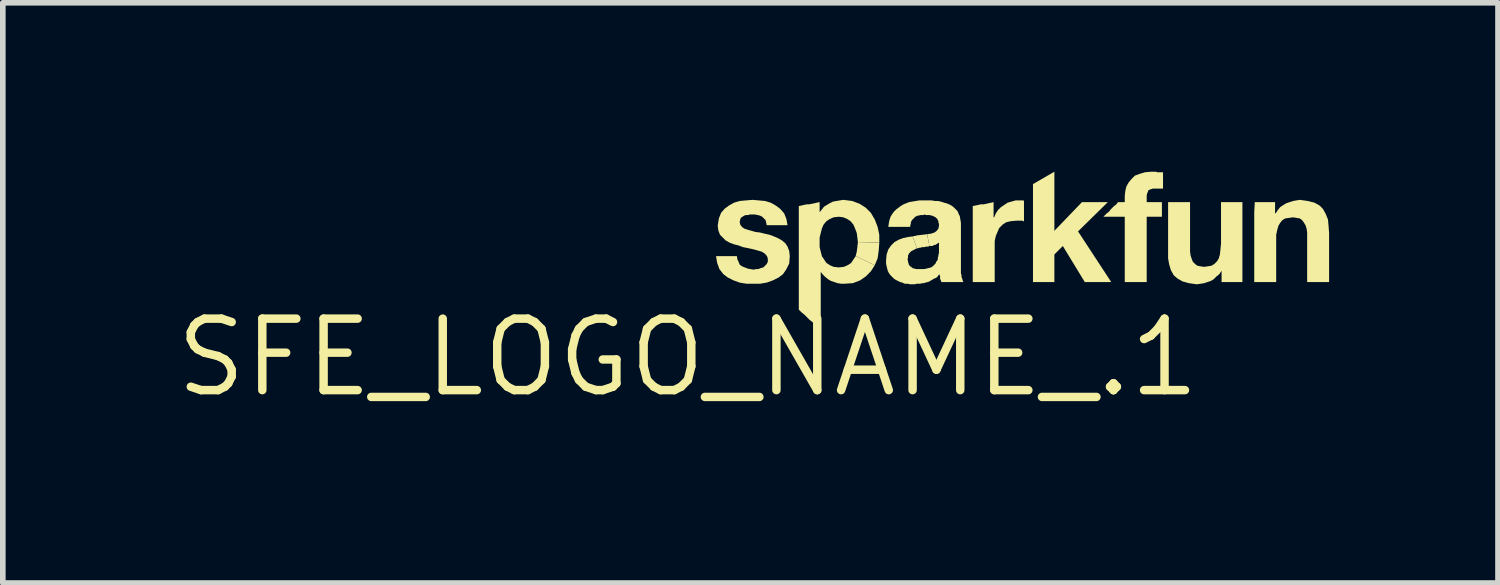
<source format=kicad_pcb>
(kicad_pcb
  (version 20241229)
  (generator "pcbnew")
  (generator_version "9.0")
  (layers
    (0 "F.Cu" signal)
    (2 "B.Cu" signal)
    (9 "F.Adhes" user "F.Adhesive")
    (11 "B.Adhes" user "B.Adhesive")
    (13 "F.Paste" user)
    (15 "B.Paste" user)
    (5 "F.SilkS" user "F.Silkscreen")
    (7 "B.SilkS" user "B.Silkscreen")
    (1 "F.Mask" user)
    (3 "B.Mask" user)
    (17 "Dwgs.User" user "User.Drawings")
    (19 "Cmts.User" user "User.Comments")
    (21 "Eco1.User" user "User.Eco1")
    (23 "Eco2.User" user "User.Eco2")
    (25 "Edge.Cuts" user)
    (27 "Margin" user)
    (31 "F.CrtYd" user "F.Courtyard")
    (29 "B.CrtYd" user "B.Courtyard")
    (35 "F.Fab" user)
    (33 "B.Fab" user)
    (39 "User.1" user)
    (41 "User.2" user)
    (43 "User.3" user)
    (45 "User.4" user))
  (footprint "SFE_LOGO_NAME_.1"
    (layer "F.Cu")
    (at 9.169 3.3)
    (property "Reference" "SFE_LOGO_NAME_.1" (at 0 0 0) (layer "F.SilkS") (effects (font (size 1.27 1.27) (thickness 0.15))))
    (attr through_hole)
    (fp_poly (pts (xy 2.98 -1.8) (xy 3 -1.88) (xy 3.01 -1.96) (xy 3.02 -2.05) (xy 3.4 -2.04) (xy 3.39 -1.9) (xy 3.37 -1.76) (xy 3.32 -1.64)) (stroke (width 0) (type solid)) (fill yes) (layer "F.SilkS"))
    (fp_poly (pts (xy 6.13 -3.08) (xy 6.51 -3.3) (xy 6.51 -2.25) (xy 7 -2.76) (xy 7.46 -2.76) (xy 6.93 -2.24) (xy 7.52 -1.34) (xy 7.05 -1.34) (xy 6.66 -1.98) (xy 6.51 -1.83) (xy 6.51 -1.34) (xy 6.13 -1.34)) (stroke (width 0) (type solid)) (fill yes) (layer "F.SilkS"))
    (fp_poly (pts (xy 3.99 -2.15) (xy 4.08 -2.17) (xy 4.17 -2.18) (xy 4.25 -2.19) (xy 4.29 -1.98) (xy 4.27 -1.97) (xy 4.25 -1.97) (xy 4.23 -1.97) (xy 4.2 -1.96) (xy 4.18 -1.96) (xy 4.16 -1.96) (xy 4.13 -1.95) (xy 4.11 -1.95) (xy 4.09 -1.94) (xy 4.07 -1.94)) (stroke (width 0) (type solid)) (fill yes) (layer "F.SilkS"))
    (fp_poly (pts (xy 5.06 -2.69) (xy 5.11 -2.7) (xy 5.16 -2.71) (xy 5.2 -2.72) (xy 5.25 -2.72) (xy 5.3 -2.73) (xy 5.34 -2.74) (xy 5.39 -2.75) (xy 5.43 -2.76) (xy 5.43 -2.72) (xy 5.43 -2.69) (xy 5.43 -2.66) (xy 5.43 -2.63) (xy 5.43 -2.59) (xy 5.43 -2.56) (xy 5.43 -2.53) (xy 5.43 -2.49) (xy 5.44 -2.49) (xy 5.47 -2.56) (xy 5.51 -2.62) (xy 5.56 -2.67) (xy 5.62 -2.71) (xy 5.68 -2.75) (xy 5.75 -2.77) (xy 5.82 -2.79) (xy 5.89 -2.79) (xy 5.9 -2.79) (xy 5.91 -2.79) (xy 5.92 -2.79) (xy 5.93 -2.79) (xy 5.94 -2.79) (xy 5.95 -2.79) (xy 5.96 -2.79) (xy 5.97 -2.78) (xy 5.97 -2.74) (xy 5.97 -2.69) (xy 5.97 -2.65) (xy 5.97 -2.6) (xy 5.97 -2.56) (xy 5.97 -2.51) (xy 5.97 -2.47) (xy 5.97 -2.42) (xy 5.96 -2.42) (xy 5.94 -2.43) (xy 5.93 -2.43) (xy 5.91 -2.43) (xy 5.89 -2.43) (xy 5.87 -2.43) (xy 5.85 -2.43) (xy 5.83 -2.43) (xy 5.73 -2.42) (xy 5.65 -2.4) (xy 5.59 -2.36) (xy 5.53 -2.3) (xy 5.5 -2.23) (xy 5.47 -2.16) (xy 5.45 -2.07) (xy 5.45 -1.98) (xy 5.45 -1.9) (xy 5.45 -1.82) (xy 5.45 -1.74) (xy 5.45 -1.66) (xy 5.45 -1.58) (xy 5.45 -1.5) (xy 5.45 -1.42) (xy 5.45 -1.34) (xy 5.4 -1.34) (xy 5.35 -1.34) (xy 5.3 -1.34) (xy 5.26 -1.34) (xy 5.21 -1.34) (xy 5.16 -1.34) (xy 5.11 -1.34) (xy 5.06 -1.34) (xy 5.06 -1.51) (xy 5.06 -1.68) (xy 5.06 -1.85) (xy 5.06 -2.02) (xy 5.06 -2.19) (xy 5.06 -2.35) (xy 5.06 -2.52)) (stroke (width 0) (type solid)) (fill yes) (layer "F.SilkS"))
    (fp_poly (pts (xy 9.85 -1.34) (xy 9.8 -1.34) (xy 9.76 -1.34) (xy 9.71 -1.34) (xy 9.67 -1.34) (xy 9.62 -1.34) (xy 9.57 -1.34) (xy 9.53 -1.34) (xy 9.48 -1.34) (xy 9.48 -1.37) (xy 9.48 -1.39) (xy 9.48 -1.42) (xy 9.48 -1.44) (xy 9.48 -1.47) (xy 9.48 -1.49) (xy 9.48 -1.52) (xy 9.48 -1.54) (xy 9.44 -1.48) (xy 9.39 -1.44) (xy 9.34 -1.39) (xy 9.29 -1.36) (xy 9.23 -1.34) (xy 9.17 -1.32) (xy 9.11 -1.31) (xy 9.04 -1.3) (xy 8.9 -1.32) (xy 8.79 -1.35) (xy 8.7 -1.4) (xy 8.63 -1.46) (xy 8.58 -1.55) (xy 8.55 -1.65) (xy 8.53 -1.76) (xy 8.53 -1.89) (xy 8.53 -2) (xy 8.53 -2.1) (xy 8.53 -2.21) (xy 8.53 -2.32) (xy 8.53 -2.43) (xy 8.53 -2.54) (xy 8.53 -2.65) (xy 8.53 -2.76) (xy 8.58 -2.76) (xy 8.63 -2.76) (xy 8.67 -2.76) (xy 8.72 -2.76) (xy 8.77 -2.76) (xy 8.82 -2.76) (xy 8.87 -2.76) (xy 8.92 -2.76) (xy 8.92 -2.66) (xy 8.92 -2.56) (xy 8.92 -2.46) (xy 8.92 -2.36) (xy 8.92 -2.26) (xy 8.92 -2.16) (xy 8.92 -2.06) (xy 8.92 -1.96) (xy 8.92 -1.88) (xy 8.93 -1.81) (xy 8.95 -1.75) (xy 8.97 -1.7) (xy 9.01 -1.66) (xy 9.05 -1.63) (xy 9.1 -1.62) (xy 9.17 -1.61) (xy 9.24 -1.62) (xy 9.3 -1.63) (xy 9.35 -1.66) (xy 9.4 -1.71) (xy 9.43 -1.76) (xy 9.45 -1.83) (xy 9.46 -1.92) (xy 9.47 -2.02) (xy 9.47 -2.11) (xy 9.47 -2.2) (xy 9.47 -2.29) (xy 9.47 -2.39) (xy 9.47 -2.48) (xy 9.47 -2.57) (xy 9.47 -2.66) (xy 9.47 -2.76) (xy 9.52 -2.76) (xy 9.56 -2.76) (xy 9.61 -2.76) (xy 9.66 -2.76) (xy 9.71 -2.76) (xy 9.76 -2.76) (xy 9.81 -2.76) (xy 9.85 -2.76) (xy 9.85 -2.58) (xy 9.85 -2.4) (xy 9.85 -2.23) (xy 9.85 -2.05) (xy 9.85 -1.87) (xy 9.85 -1.7) (xy 9.85 -1.52)) (stroke (width 0) (type solid)) (fill yes) (layer "F.SilkS"))
    (fp_poly (pts (xy 10.07 -2.76) (xy 10.11 -2.76) (xy 10.16 -2.76) (xy 10.2 -2.76) (xy 10.25 -2.76) (xy 10.3 -2.76) (xy 10.34 -2.76) (xy 10.39 -2.76) (xy 10.43 -2.76) (xy 10.43 -2.73) (xy 10.43 -2.71) (xy 10.43 -2.68) (xy 10.43 -2.66) (xy 10.43 -2.63) (xy 10.43 -2.61) (xy 10.43 -2.59) (xy 10.43 -2.56) (xy 10.44 -2.56) (xy 10.48 -2.62) (xy 10.52 -2.67) (xy 10.58 -2.71) (xy 10.63 -2.74) (xy 10.69 -2.76) (xy 10.75 -2.78) (xy 10.81 -2.79) (xy 10.87 -2.8) (xy 11.01 -2.78) (xy 11.13 -2.75) (xy 11.22 -2.7) (xy 11.28 -2.64) (xy 11.33 -2.55) (xy 11.37 -2.45) (xy 11.38 -2.34) (xy 11.39 -2.21) (xy 11.39 -2.1) (xy 11.39 -2) (xy 11.39 -1.89) (xy 11.39 -1.78) (xy 11.39 -1.67) (xy 11.39 -1.56) (xy 11.39 -1.45) (xy 11.39 -1.34) (xy 11.34 -1.34) (xy 11.29 -1.34) (xy 11.24 -1.34) (xy 11.19 -1.34) (xy 11.15 -1.34) (xy 11.1 -1.34) (xy 11.05 -1.34) (xy 11 -1.34) (xy 11 -1.44) (xy 11 -1.54) (xy 11 -1.64) (xy 11 -1.74) (xy 11 -1.84) (xy 11 -1.94) (xy 11 -2.04) (xy 11 -2.14) (xy 11 -2.22) (xy 10.99 -2.29) (xy 10.97 -2.35) (xy 10.94 -2.4) (xy 10.91 -2.44) (xy 10.87 -2.47) (xy 10.81 -2.48) (xy 10.75 -2.49) (xy 10.68 -2.48) (xy 10.61 -2.47) (xy 10.56 -2.44) (xy 10.52 -2.39) (xy 10.49 -2.34) (xy 10.47 -2.27) (xy 10.45 -2.18) (xy 10.45 -2.08) (xy 10.45 -1.99) (xy 10.45 -1.9) (xy 10.45 -1.81) (xy 10.45 -1.71) (xy 10.45 -1.62) (xy 10.45 -1.53) (xy 10.45 -1.44) (xy 10.45 -1.34) (xy 10.4 -1.34) (xy 10.35 -1.34) (xy 10.3 -1.34) (xy 10.26 -1.34) (xy 10.21 -1.34) (xy 10.16 -1.34) (xy 10.11 -1.34) (xy 10.06 -1.34) (xy 10.06 -1.52) (xy 10.06 -1.7) (xy 10.06 -1.87) (xy 10.06 -2.05) (xy 10.06 -2.23) (xy 10.06 -2.4) (xy 10.06 -2.58)) (stroke (width 0) (type solid)) (fill yes) (layer "F.SilkS"))
    (fp_poly (pts (xy 3.32 -1.64) (xy 3.25 -1.53) (xy 3.16 -1.44) (xy 3.06 -1.37) (xy 2.93 -1.32) (xy 2.78 -1.31) (xy 2.72 -1.31) (xy 2.66 -1.32) (xy 2.6 -1.34) (xy 2.54 -1.36) (xy 2.49 -1.39) (xy 2.44 -1.43) (xy 2.4 -1.47) (xy 2.36 -1.52) (xy 2.36 -1.39) (xy 2.36 -1.26) (xy 2.36 -1.14) (xy 2.36 -1.01) (xy 2.36 -0.88) (xy 2.36 -0.75) (xy 2.36 -0.63) (xy 2.36 -0.5) (xy 2.31 -0.54) (xy 2.26 -0.59) (xy 2.21 -0.63) (xy 2.16 -0.67) (xy 2.11 -0.72) (xy 2.07 -0.76) (xy 2.02 -0.8) (xy 1.97 -0.85) (xy 1.97 -1.08) (xy 1.97 -1.31) (xy 1.97 -1.54) (xy 1.97 -1.77) (xy 1.97 -2) (xy 1.97 -2.23) (xy 1.97 -2.46) (xy 1.97 -2.69) (xy 2.02 -2.7) (xy 2.06 -2.71) (xy 2.11 -2.72) (xy 2.15 -2.72) (xy 2.2 -2.73) (xy 2.25 -2.74) (xy 2.29 -2.75) (xy 2.34 -2.76) (xy 2.34 -2.73) (xy 2.34 -2.71) (xy 2.34 -2.69) (xy 2.34 -2.67) (xy 2.34 -2.64) (xy 2.34 -2.62) (xy 2.34 -2.6) (xy 2.34 -2.58) (xy 2.38 -2.63) (xy 2.42 -2.68) (xy 2.47 -2.71) (xy 2.52 -2.74) (xy 2.58 -2.77) (xy 2.64 -2.78) (xy 2.7 -2.79) (xy 2.76 -2.8) (xy 2.92 -2.78) (xy 3.05 -2.73) (xy 3.16 -2.66) (xy 3.25 -2.57) (xy 3.32 -2.45) (xy 3.37 -2.32) (xy 3.4 -2.18) (xy 3.4 -2.04) (xy 3.02 -2.05) (xy 3.01 -2.13) (xy 3 -2.21) (xy 2.97 -2.29) (xy 2.94 -2.36) (xy 2.89 -2.42) (xy 2.83 -2.46) (xy 2.76 -2.49) (xy 2.68 -2.5) (xy 2.59 -2.49) (xy 2.52 -2.46) (xy 2.46 -2.42) (xy 2.41 -2.36) (xy 2.38 -2.29) (xy 2.36 -2.21) (xy 2.34 -2.13) (xy 2.34 -2.05) (xy 2.34 -1.96) (xy 2.36 -1.88) (xy 2.38 -1.8) (xy 2.42 -1.74) (xy 2.46 -1.68) (xy 2.52 -1.64) (xy 2.59 -1.61) (xy 2.68 -1.6) (xy 2.77 -1.61) (xy 2.84 -1.64) (xy 2.9 -1.68) (xy 2.94 -1.74) (xy 2.98 -1.8)) (stroke (width 0) (type solid)) (fill yes) (layer "F.SilkS"))
    (fp_poly (pts (xy 0.87 -1.8) (xy 0.88 -1.74) (xy 0.9 -1.7) (xy 0.92 -1.65) (xy 0.96 -1.62) (xy 1.01 -1.6) (xy 1.06 -1.58) (xy 1.11 -1.57) (xy 1.17 -1.56) (xy 1.21 -1.57) (xy 1.25 -1.57) (xy 1.3 -1.59) (xy 1.34 -1.6) (xy 1.37 -1.63) (xy 1.4 -1.66) (xy 1.42 -1.7) (xy 1.42 -1.75) (xy 1.41 -1.79) (xy 1.39 -1.82) (xy 1.36 -1.85) (xy 1.31 -1.88) (xy 1.24 -1.9) (xy 1.17 -1.92) (xy 1.08 -1.94) (xy 0.98 -1.96) (xy 0.9 -1.99) (xy 0.82 -2.01) (xy 0.74 -2.04) (xy 0.67 -2.08) (xy 0.62 -2.13) (xy 0.57 -2.18) (xy 0.54 -2.26) (xy 0.53 -2.34) (xy 0.55 -2.47) (xy 0.59 -2.57) (xy 0.65 -2.64) (xy 0.73 -2.7) (xy 0.82 -2.75) (xy 0.92 -2.78) (xy 1.03 -2.79) (xy 1.15 -2.8) (xy 1.26 -2.79) (xy 1.37 -2.78) (xy 1.47 -2.75) (xy 1.56 -2.7) (xy 1.64 -2.64) (xy 1.71 -2.56) (xy 1.75 -2.46) (xy 1.77 -2.35) (xy 1.73 -2.35) (xy 1.68 -2.35) (xy 1.63 -2.35) (xy 1.59 -2.35) (xy 1.54 -2.35) (xy 1.5 -2.35) (xy 1.45 -2.35) (xy 1.4 -2.35) (xy 1.39 -2.4) (xy 1.38 -2.44) (xy 1.35 -2.47) (xy 1.32 -2.5) (xy 1.28 -2.52) (xy 1.24 -2.53) (xy 1.19 -2.54) (xy 1.14 -2.54) (xy 1.1 -2.54) (xy 1.07 -2.53) (xy 1.03 -2.53) (xy 1 -2.52) (xy 0.97 -2.5) (xy 0.94 -2.48) (xy 0.93 -2.45) (xy 0.92 -2.41) (xy 0.93 -2.36) (xy 0.96 -2.32) (xy 1 -2.29) (xy 1.06 -2.27) (xy 1.13 -2.25) (xy 1.2 -2.23) (xy 1.28 -2.22) (xy 1.36 -2.2) (xy 1.45 -2.18) (xy 1.53 -2.15) (xy 1.6 -2.12) (xy 1.67 -2.08) (xy 1.73 -2.03) (xy 1.77 -1.97) (xy 1.8 -1.89) (xy 1.81 -1.8) (xy 1.8 -1.67) (xy 1.75 -1.57) (xy 1.69 -1.48) (xy 1.61 -1.42) (xy 1.51 -1.37) (xy 1.4 -1.33) (xy 1.28 -1.31) (xy 1.16 -1.31) (xy 1.04 -1.31) (xy 0.92 -1.33) (xy 0.81 -1.37) (xy 0.71 -1.42) (xy 0.63 -1.48) (xy 0.56 -1.57) (xy 0.52 -1.68) (xy 0.5 -1.8) (xy 0.55 -1.8) (xy 0.59 -1.8) (xy 0.64 -1.8) (xy 0.68 -1.8) (xy 0.73 -1.8) (xy 0.78 -1.8) (xy 0.82 -1.8)) (stroke (width 0) (type solid)) (fill yes) (layer "F.SilkS"))
    (fp_poly (pts (xy 7.76 -2.5) (xy 7.71 -2.5) (xy 7.66 -2.5) (xy 7.62 -2.5) (xy 7.57 -2.5) (xy 7.52 -2.5) (xy 7.47 -2.5) (xy 7.42 -2.5) (xy 7.38 -2.5) (xy 7.41 -2.53) (xy 7.44 -2.56) (xy 7.48 -2.59) (xy 7.51 -2.63) (xy 7.54 -2.66) (xy 7.57 -2.69) (xy 7.61 -2.72) (xy 7.64 -2.76) (xy 7.66 -2.76) (xy 7.67 -2.76) (xy 7.69 -2.76) (xy 7.7 -2.76) (xy 7.71 -2.76) (xy 7.73 -2.76) (xy 7.74 -2.76) (xy 7.76 -2.76) (xy 7.76 -2.77) (xy 7.76 -2.78) (xy 7.76 -2.8) (xy 7.76 -2.81) (xy 7.76 -2.82) (xy 7.76 -2.84) (xy 7.76 -2.85) (xy 7.76 -2.87) (xy 7.77 -2.96) (xy 7.79 -3.04) (xy 7.83 -3.11) (xy 7.88 -3.17) (xy 7.94 -3.23) (xy 8.02 -3.26) (xy 8.12 -3.29) (xy 8.23 -3.3) (xy 8.26 -3.3) (xy 8.28 -3.3) (xy 8.31 -3.3) (xy 8.34 -3.29) (xy 8.36 -3.29) (xy 8.39 -3.29) (xy 8.41 -3.29) (xy 8.44 -3.29) (xy 8.44 -3.25) (xy 8.44 -3.21) (xy 8.44 -3.18) (xy 8.44 -3.14) (xy 8.44 -3.11) (xy 8.44 -3.07) (xy 8.44 -3.03) (xy 8.44 -3) (xy 8.42 -3) (xy 8.4 -3) (xy 8.38 -3) (xy 8.37 -3) (xy 8.35 -3) (xy 8.33 -3) (xy 8.31 -3) (xy 8.3 -3) (xy 8.26 -3) (xy 8.23 -2.99) (xy 8.2 -2.98) (xy 8.18 -2.97) (xy 8.17 -2.94) (xy 8.16 -2.92) (xy 8.15 -2.88) (xy 8.15 -2.84) (xy 8.15 -2.83) (xy 8.15 -2.82) (xy 8.15 -2.81) (xy 8.15 -2.8) (xy 8.15 -2.79) (xy 8.15 -2.78) (xy 8.15 -2.77) (xy 8.15 -2.76) (xy 8.18 -2.76) (xy 8.21 -2.76) (xy 8.25 -2.76) (xy 8.28 -2.76) (xy 8.31 -2.76) (xy 8.35 -2.76) (xy 8.38 -2.76) (xy 8.42 -2.76) (xy 8.42 -2.72) (xy 8.42 -2.69) (xy 8.42 -2.66) (xy 8.42 -2.63) (xy 8.42 -2.59) (xy 8.42 -2.56) (xy 8.42 -2.53) (xy 8.42 -2.5) (xy 8.38 -2.5) (xy 8.35 -2.5) (xy 8.31 -2.5) (xy 8.28 -2.5) (xy 8.25 -2.5) (xy 8.21 -2.5) (xy 8.18 -2.5) (xy 8.15 -2.5) (xy 8.15 -2.35) (xy 8.15 -2.21) (xy 8.15 -2.06) (xy 8.15 -1.92) (xy 8.15 -1.78) (xy 8.15 -1.63) (xy 8.15 -1.49) (xy 8.15 -1.34) (xy 8.1 -1.34) (xy 8.05 -1.34) (xy 8 -1.34) (xy 7.95 -1.34) (xy 7.9 -1.34) (xy 7.86 -1.34) (xy 7.81 -1.34) (xy 7.76 -1.34) (xy 7.76 -1.49) (xy 7.76 -1.63) (xy 7.76 -1.78) (xy 7.76 -1.92) (xy 7.76 -2.06) (xy 7.76 -2.21) (xy 7.76 -2.35)) (stroke (width 0) (type solid)) (fill yes) (layer "F.SilkS"))
    (fp_poly (pts (xy 4.07 -1.94) (xy 4.05 -1.93) (xy 4.03 -1.92) (xy 4.01 -1.91) (xy 3.99 -1.9) (xy 3.97 -1.89) (xy 3.96 -1.88) (xy 3.95 -1.87) (xy 3.93 -1.85) (xy 3.92 -1.83) (xy 3.91 -1.81) (xy 3.91 -1.79) (xy 3.91 -1.77) (xy 3.9 -1.74) (xy 3.91 -1.72) (xy 3.91 -1.7) (xy 3.92 -1.67) (xy 3.92 -1.66) (xy 3.93 -1.64) (xy 3.95 -1.62) (xy 3.96 -1.61) (xy 3.98 -1.6) (xy 3.99 -1.59) (xy 4.01 -1.58) (xy 4.03 -1.58) (xy 4.05 -1.57) (xy 4.07 -1.57) (xy 4.1 -1.57) (xy 4.12 -1.57) (xy 4.14 -1.57) (xy 4.2 -1.57) (xy 4.24 -1.58) (xy 4.28 -1.59) (xy 4.32 -1.6) (xy 4.35 -1.62) (xy 4.38 -1.65) (xy 4.4 -1.67) (xy 4.41 -1.7) (xy 4.43 -1.72) (xy 4.44 -1.75) (xy 4.44 -1.78) (xy 4.45 -1.8) (xy 4.45 -1.83) (xy 4.46 -1.85) (xy 4.46 -1.87) (xy 4.46 -1.89) (xy 4.46 -1.9) (xy 4.46 -1.91) (xy 4.46 -1.92) (xy 4.46 -1.93) (xy 4.46 -1.94) (xy 4.46 -1.95) (xy 4.46 -1.96) (xy 4.46 -1.97) (xy 4.46 -1.98) (xy 4.46 -1.99) (xy 4.46 -2) (xy 4.46 -2.01) (xy 4.46 -2.02) (xy 4.46 -2.03) (xy 4.46 -2.04) (xy 4.44 -2.03) (xy 4.43 -2.02) (xy 4.41 -2.01) (xy 4.4 -2) (xy 4.38 -2) (xy 4.36 -1.99) (xy 4.34 -1.98) (xy 4.32 -1.98) (xy 4.29 -1.98) (xy 4.25 -2.19) (xy 4.32 -2.2) (xy 4.38 -2.22) (xy 4.42 -2.25) (xy 4.45 -2.29) (xy 4.46 -2.34) (xy 4.46 -2.37) (xy 4.45 -2.4) (xy 4.45 -2.42) (xy 4.44 -2.44) (xy 4.43 -2.46) (xy 4.41 -2.48) (xy 4.4 -2.49) (xy 4.38 -2.5) (xy 4.36 -2.51) (xy 4.34 -2.52) (xy 4.32 -2.52) (xy 4.3 -2.53) (xy 4.28 -2.53) (xy 4.26 -2.53) (xy 4.23 -2.53) (xy 4.21 -2.54) (xy 4.18 -2.53) (xy 4.15 -2.53) (xy 4.13 -2.53) (xy 4.1 -2.52) (xy 4.08 -2.52) (xy 4.06 -2.51) (xy 4.04 -2.5) (xy 4.03 -2.49) (xy 4.01 -2.47) (xy 4 -2.46) (xy 3.98 -2.44) (xy 3.97 -2.42) (xy 3.96 -2.4) (xy 3.96 -2.37) (xy 3.95 -2.35) (xy 3.95 -2.32) (xy 3.92 -2.32) (xy 3.9 -2.32) (xy 3.88 -2.32) (xy 3.85 -2.32) (xy 3.83 -2.32) (xy 3.8 -2.32) (xy 3.78 -2.32) (xy 3.75 -2.32) (xy 3.73 -2.32) (xy 3.71 -2.32) (xy 3.68 -2.32) (xy 3.66 -2.32) (xy 3.63 -2.32) (xy 3.61 -2.32) (xy 3.58 -2.32) (xy 3.56 -2.32) (xy 3.57 -2.39) (xy 3.58 -2.44) (xy 3.6 -2.5) (xy 3.63 -2.55) (xy 3.66 -2.59) (xy 3.7 -2.63) (xy 3.74 -2.66) (xy 3.78 -2.69) (xy 3.83 -2.72) (xy 3.88 -2.74) (xy 3.93 -2.76) (xy 3.99 -2.77) (xy 4.05 -2.78) (xy 4.11 -2.79) (xy 4.17 -2.79) (xy 4.23 -2.79) (xy 4.28 -2.79) (xy 4.33 -2.79) (xy 4.39 -2.78) (xy 4.44 -2.78) (xy 4.49 -2.77) (xy 4.55 -2.75) (xy 4.59 -2.74) (xy 4.64 -2.72) (xy 4.68 -2.7) (xy 4.72 -2.67) (xy 4.76 -2.63) (xy 4.79 -2.6) (xy 4.81 -2.55) (xy 4.83 -2.51) (xy 4.84 -2.45) (xy 4.85 -2.39) (xy 4.85 -2.35) (xy 4.85 -2.3) (xy 4.85 -2.25) (xy 4.85 -2.21) (xy 4.85 -2.16) (xy 4.85 -2.12) (xy 4.85 -2.07) (xy 4.85 -2.02) (xy 4.85 -1.98) (xy 4.85 -1.93) (xy 4.85 -1.89) (xy 4.85 -1.84) (xy 4.85 -1.79) (xy 4.85 -1.75) (xy 4.85 -1.7) (xy 4.85 -1.66) (xy 4.85 -1.63) (xy 4.85 -1.61) (xy 4.85 -1.58) (xy 4.85 -1.56) (xy 4.85 -1.54) (xy 4.85 -1.51) (xy 4.85 -1.49) (xy 4.86 -1.47) (xy 4.86 -1.45) (xy 4.86 -1.43) (xy 4.87 -1.41) (xy 4.87 -1.4) (xy 4.88 -1.38) (xy 4.88 -1.37) (xy 4.89 -1.35) (xy 4.89 -1.34) (xy 4.87 -1.34) (xy 4.85 -1.34) (xy 4.82 -1.34) (xy 4.8 -1.34) (xy 4.77 -1.34) (xy 4.75 -1.34) (xy 4.72 -1.34) (xy 4.7 -1.34) (xy 4.67 -1.34) (xy 4.65 -1.34) (xy 4.62 -1.34) (xy 4.6 -1.34) (xy 4.57 -1.34) (xy 4.55 -1.34) (xy 4.53 -1.34) (xy 4.5 -1.34) (xy 4.5 -1.35) (xy 4.5 -1.36) (xy 4.49 -1.37) (xy 4.49 -1.38) (xy 4.48 -1.39) (xy 4.48 -1.4) (xy 4.48 -1.41) (xy 4.48 -1.42) (xy 4.48 -1.43) (xy 4.48 -1.44) (xy 4.48 -1.45) (xy 4.47 -1.46) (xy 4.47 -1.47) (xy 4.47 -1.48) (xy 4.45 -1.46) (xy 4.43 -1.43) (xy 4.4 -1.41) (xy 4.37 -1.4) (xy 4.34 -1.38) (xy 4.32 -1.37) (xy 4.29 -1.35) (xy 4.26 -1.34) (xy 4.22 -1.33) (xy 4.19 -1.32) (xy 4.16 -1.32) (xy 4.13 -1.31) (xy 4.1 -1.31) (xy 4.06 -1.31) (xy 4.03 -1.3) (xy 4 -1.3) (xy 3.95 -1.3) (xy 3.9 -1.31) (xy 3.85 -1.31) (xy 3.81 -1.33) (xy 3.77 -1.34) (xy 3.73 -1.36) (xy 3.69 -1.38) (xy 3.66 -1.4) (xy 3.63 -1.43) (xy 3.6 -1.46) (xy 3.57 -1.5) (xy 3.55 -1.54) (xy 3.54 -1.58) (xy 3.53 -1.62) (xy 3.52 -1.67) (xy 3.52 -1.72) (xy 3.53 -1.83) (xy 3.56 -1.92) (xy 3.61 -1.99) (xy 3.67 -2.05) (xy 3.74 -2.09) (xy 3.82 -2.12) (xy 3.91 -2.14) (xy 3.99 -2.15)) (stroke (width 0) (type solid)) (fill yes) (layer "F.SilkS")))
  (gr_rect
    (start -3 -3)
    (end 23.559 7.306)
    (stroke (width 0.1) (type default))
    (fill no)
    (layer "Edge.Cuts")))
</source>
